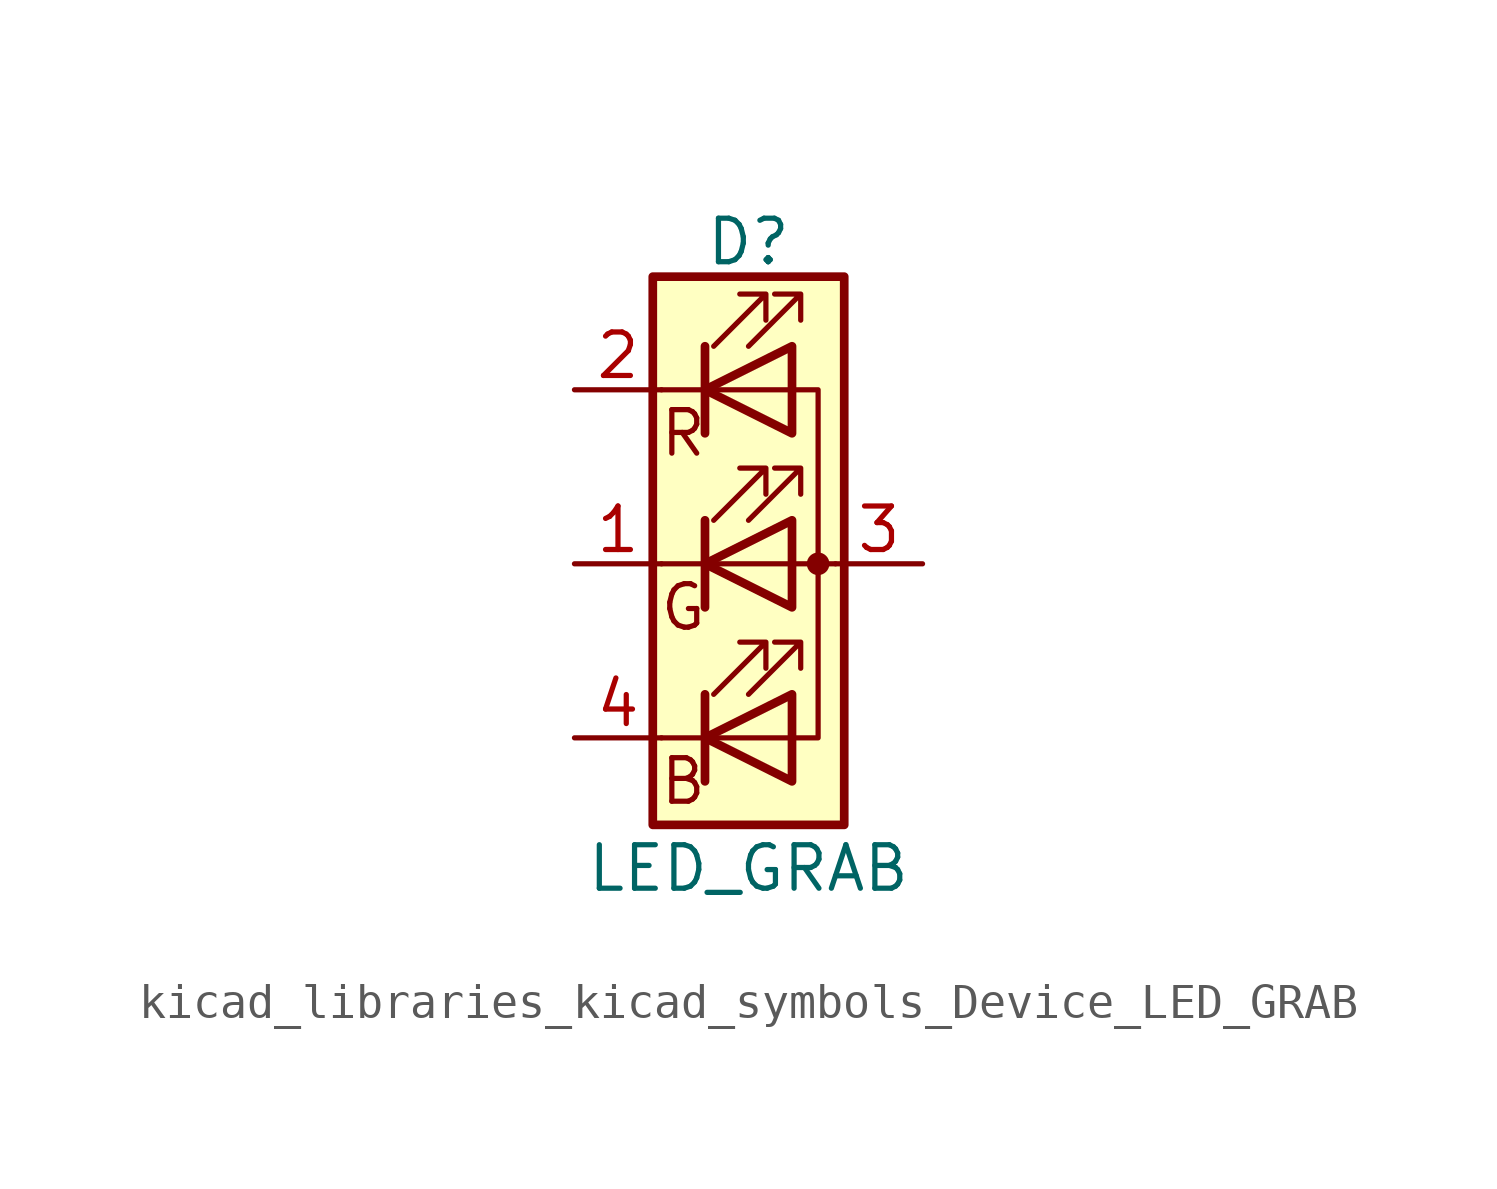
<source format=kicad_sym>
(kicad_symbol_lib
  (version 20220914)
  (generator kicad_symbol_editor)
  (symbol "kicad_libraries_kicad_symbols_Device_LED_GRAB"
    (pin_names
      (offset 0) hide)
    (property "Reference" "D"
      (at 0 9.398 0)
      (effects (font (size 1.27 1.27))))
    (property "Value" "LED_GRAB"
      (at 0 -8.89 0)
      (effects (font (size 1.27 1.27))))
    (symbol "kicad_libraries_kicad_symbols_Device_LED_GRAB_0_0"
      (text "B" (at -1.905 -6.35 0) (effects (font (size 1.27 1.27))))
      (text "G" (at -1.905 -1.27 0) (effects (font (size 1.27 1.27))))
      (text "R" (at -1.905 3.81 0) (effects (font (size 1.27 1.27)))))
    (symbol "kicad_libraries_kicad_symbols_Device_LED_GRAB_0_1"
      (polyline (pts (xy -1.27 -5.08) (xy -2.54 -5.08)) (stroke (width 0) (type default)) (fill (type none)))
      (polyline (pts (xy -1.27 -5.08) (xy 1.27 -5.08)) (stroke (width 0) (type default)) (fill (type none)))
      (polyline (pts (xy -1.27 -3.81) (xy -1.27 -6.35)) (stroke (width 0.254) (type default)) (fill (type none)))
      (polyline (pts (xy -1.27 0) (xy -2.54 0)) (stroke (width 0) (type default)) (fill (type none)))
      (polyline (pts (xy -1.27 1.27) (xy -1.27 -1.27)) (stroke (width 0.254) (type default)) (fill (type none)))
      (polyline (pts (xy -1.27 5.08) (xy -2.54 5.08)) (stroke (width 0) (type default)) (fill (type none)))
      (polyline (pts (xy -1.27 5.08) (xy 1.27 5.08)) (stroke (width 0) (type default)) (fill (type none)))
      (polyline (pts (xy -1.27 6.35) (xy -1.27 3.81)) (stroke (width 0.254) (type default)) (fill (type none)))
      (polyline (pts (xy 1.27 0) (xy -1.27 0)) (stroke (width 0) (type default)) (fill (type none)))
      (polyline (pts (xy 1.27 0) (xy 2.54 0)) (stroke (width 0) (type default)) (fill (type none)))
      (polyline (pts (xy -1.27 1.27) (xy -1.27 -1.27) (xy -1.27 -1.27)) (stroke (width 0) (type default)) (fill (type none)))
      (polyline (pts (xy -1.27 6.35) (xy -1.27 3.81) (xy -1.27 3.81)) (stroke (width 0) (type default)) (fill (type none)))
      (polyline (pts (xy 1.27 -5.08) (xy 2.032 -5.08) (xy 2.032 5.08) (xy 1.27 5.08)) (stroke (width 0) (type default)) (fill (type none)))
      (polyline (pts (xy 1.27 -3.81) (xy 1.27 -6.35) (xy -1.27 -5.08) (xy 1.27 -3.81)) (stroke (width 0.254) (type default)) (fill (type none)))
      (polyline (pts (xy 1.27 1.27) (xy 1.27 -1.27) (xy -1.27 0) (xy 1.27 1.27)) (stroke (width 0.254) (type default)) (fill (type none)))
      (polyline (pts (xy 1.27 6.35) (xy 1.27 3.81) (xy -1.27 5.08) (xy 1.27 6.35)) (stroke (width 0.254) (type default)) (fill (type none)))
      (polyline (pts (xy -1.016 -3.81) (xy 0.508 -2.286) (xy -0.254 -2.286) (xy 0.508 -2.286) (xy 0.508 -3.048)) (stroke (width 0) (type default)) (fill (type none)))
      (polyline (pts (xy -1.016 1.27) (xy 0.508 2.794) (xy -0.254 2.794) (xy 0.508 2.794) (xy 0.508 2.032)) (stroke (width 0) (type default)) (fill (type none)))
      (polyline (pts (xy -1.016 6.35) (xy 0.508 7.874) (xy -0.254 7.874) (xy 0.508 7.874) (xy 0.508 7.112)) (stroke (width 0) (type default)) (fill (type none)))
      (polyline (pts (xy 0 -3.81) (xy 1.524 -2.286) (xy 0.762 -2.286) (xy 1.524 -2.286) (xy 1.524 -3.048)) (stroke (width 0) (type default)) (fill (type none)))
      (polyline (pts (xy 0 1.27) (xy 1.524 2.794) (xy 0.762 2.794) (xy 1.524 2.794) (xy 1.524 2.032)) (stroke (width 0) (type default)) (fill (type none)))
      (polyline (pts (xy 0 6.35) (xy 1.524 7.874) (xy 0.762 7.874) (xy 1.524 7.874) (xy 1.524 7.112)) (stroke (width 0) (type default)) (fill (type none)))
      (rectangle (start 1.27 -1.27) (end 1.27 1.27) (stroke (width 0) (type default)) (fill (type none)))
      (rectangle (start 1.27 1.27) (end 1.27 1.27) (stroke (width 0) (type default)) (fill (type none)))
      (rectangle (start 1.27 3.81) (end 1.27 6.35) (stroke (width 0) (type default)) (fill (type none)))
      (rectangle (start 1.27 6.35) (end 1.27 6.35) (stroke (width 0) (type default)) (fill (type none)))
      (circle (center 2.032 0) (radius 0.254) (stroke (width 0) (type default)) (fill (type outline)))
      (rectangle (start 2.794 8.382) (end -2.794 -7.62) (stroke (width 0.254) (type default)) (fill (type background))))
    (symbol "kicad_libraries_kicad_symbols_Device_LED_GRAB_1_1"
      (pin passive line (at -5.08 0 0) (length 2.54) (name "GK" (effects (font (size 1.27 1.27)))) (number "1" (effects (font (size 1.27 1.27)))))
      (pin passive line (at -5.08 5.08 0) (length 2.54) (name "RK" (effects (font (size 1.27 1.27)))) (number "2" (effects (font (size 1.27 1.27)))))
      (pin passive line (at 5.08 0 180) (length 2.54) (name "A" (effects (font (size 1.27 1.27)))) (number "3" (effects (font (size 1.27 1.27)))))
      (pin passive line (at -5.08 -5.08 0) (length 2.54) (name "BK" (effects (font (size 1.27 1.27)))) (number "4" (effects (font (size 1.27 1.27))))))))
</source>
